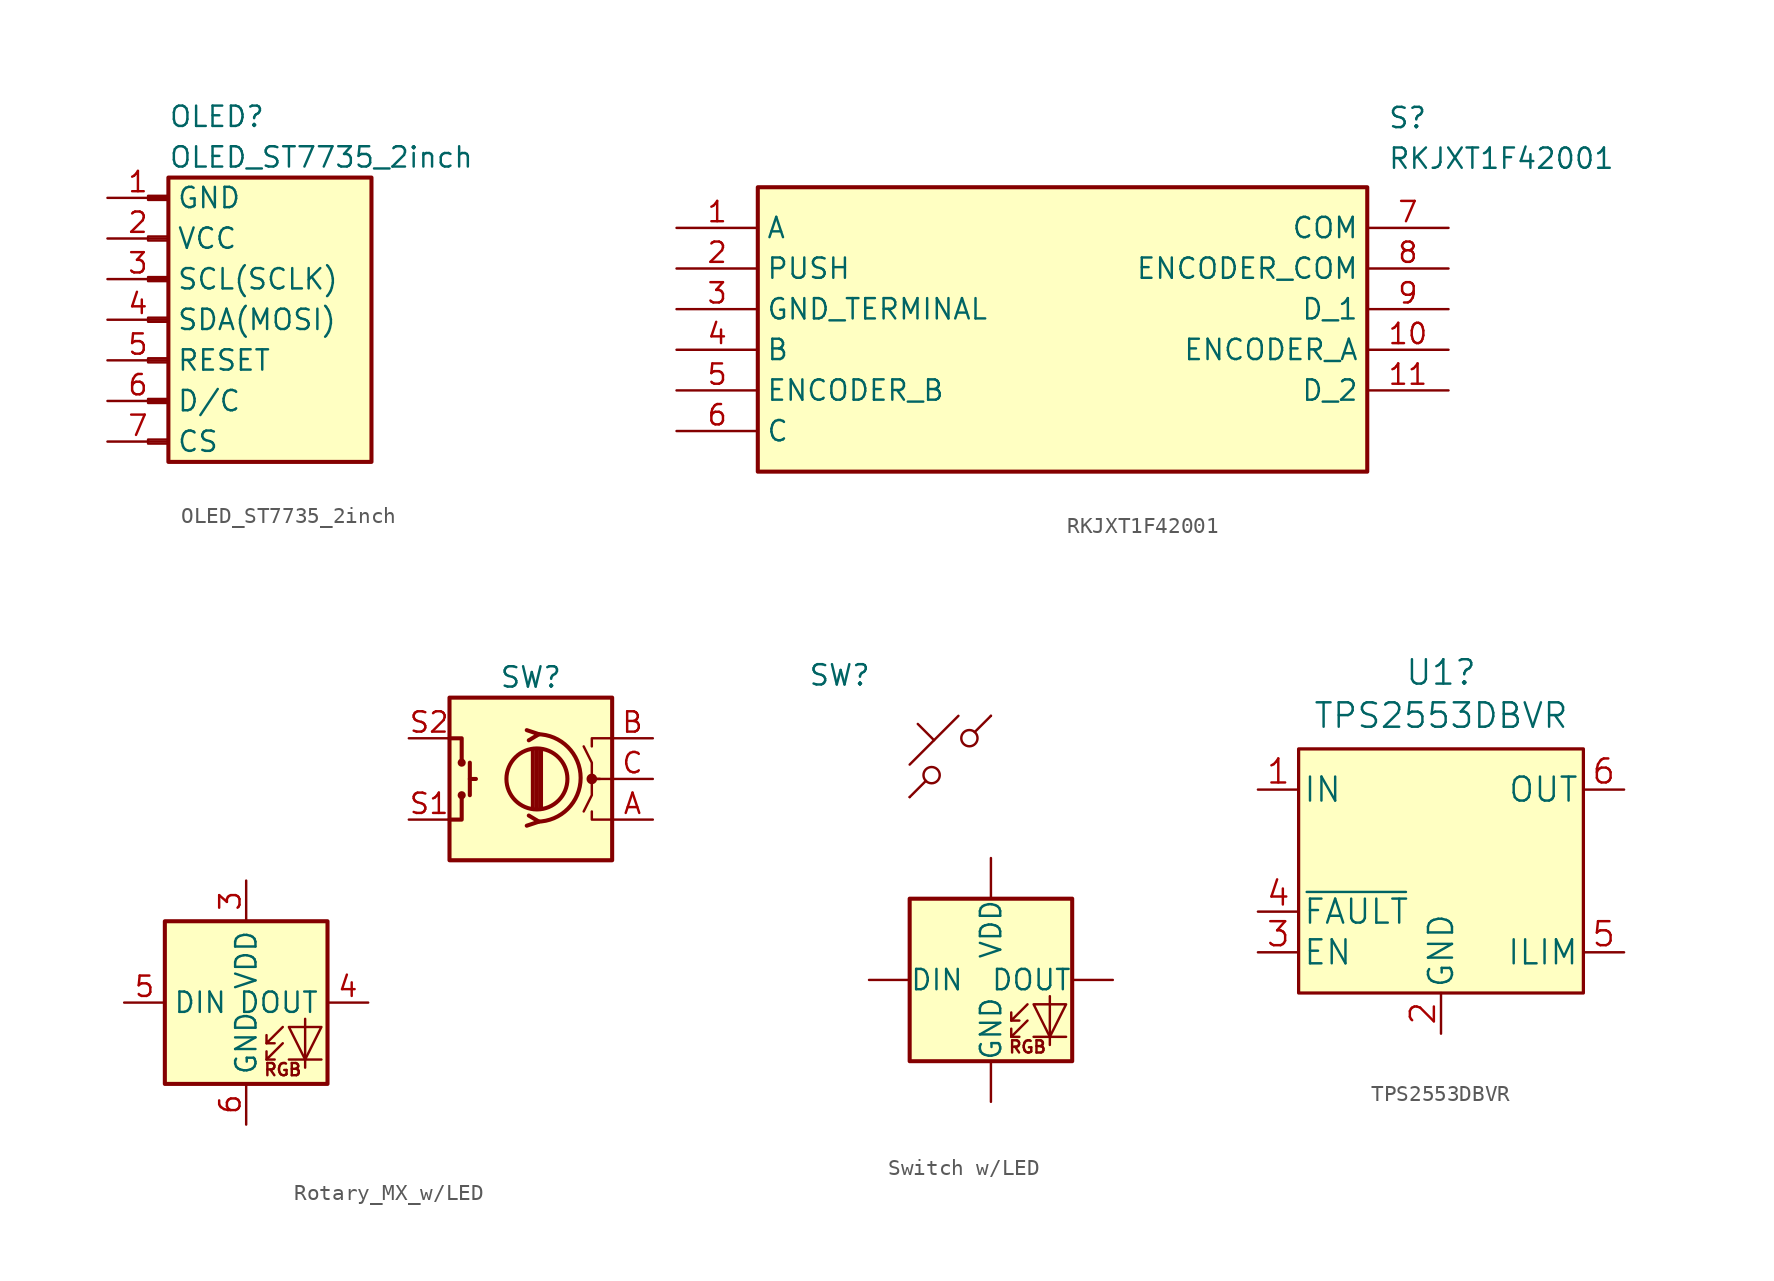
<source format=kicad_sym>
(kicad_symbol_lib
  (version 20220914)
  (generator kicad_symbol_editor)
  (symbol "OLED_ST7735_2inch"
    (property "Reference" "OLED"
      (at 0 12.7 0)
      (effects (font (size 1.27 1.27)) (justify left)))
    (property "Value" "OLED_ST7735_2inch"
      (at 0 10.16 0)
      (effects (font (size 1.27 1.27)) (justify left)))
    (symbol "OLED_ST7735_2inch_1_1"
      (rectangle (start -1.27 -7.493) (end 0 -7.747) (stroke (width 0.152) (type default)) (fill (type none)))
      (rectangle (start -1.27 -4.953) (end 0 -5.207) (stroke (width 0.152) (type default)) (fill (type none)))
      (rectangle (start -1.27 -2.413) (end 0 -2.667) (stroke (width 0.152) (type default)) (fill (type none)))
      (rectangle (start -1.27 0.127) (end 0 -0.127) (stroke (width 0.152) (type default)) (fill (type none)))
      (rectangle (start -1.27 2.667) (end 0 2.413) (stroke (width 0.152) (type default)) (fill (type none)))
      (rectangle (start -1.27 5.207) (end 0 4.953) (stroke (width 0.152) (type default)) (fill (type none)))
      (rectangle (start -1.27 7.747) (end 0 7.493) (stroke (width 0.152) (type default)) (fill (type none)))
      (rectangle (start 0 8.89) (end 12.7 -8.89) (stroke (width 0.254) (type default)) (fill (type background)))
      (pin passive line (at -3.81 7.62 0) (length 3.81) (name "GND" (effects (font (size 1.27 1.27)))) (number "1" (effects (font (size 1.27 1.27)))))
      (pin passive line (at -3.81 5.08 0) (length 3.81) (name "VCC" (effects (font (size 1.27 1.27)))) (number "2" (effects (font (size 1.27 1.27)))))
      (pin passive line (at -3.81 2.54 0) (length 3.81) (name "SCL(SCLK)" (effects (font (size 1.27 1.27)))) (number "3" (effects (font (size 1.27 1.27)))))
      (pin passive line (at -3.81 0 0) (length 3.81) (name "SDA(MOSI)" (effects (font (size 1.27 1.27)))) (number "4" (effects (font (size 1.27 1.27)))))
      (pin passive line (at -3.81 -2.54 0) (length 3.81) (name "RESET" (effects (font (size 1.27 1.27)))) (number "5" (effects (font (size 1.27 1.27)))))
      (pin passive line (at -3.81 -5.08 0) (length 3.81) (name "D/C" (effects (font (size 1.27 1.27)))) (number "6" (effects (font (size 1.27 1.27)))))
      (pin passive line (at -3.81 -7.62 0) (length 3.81) (name "CS" (effects (font (size 1.27 1.27)))) (number "7" (effects (font (size 1.27 1.27)))))))
  (symbol "RKJXT1F42001"
    (property "Reference" "S"
      (at 44.45 7.62 0)
      (effects (font (size 1.27 1.27)) (justify left top)))
    (property "Value" "RKJXT1F42001"
      (at 44.45 5.08 0)
      (effects (font (size 1.27 1.27)) (justify left top)))
    (symbol "RKJXT1F42001_1_1"
      (rectangle (start 5.08 2.54) (end 43.18 -15.24) (stroke (width 0.254) (type default)) (fill (type background)))
      (pin passive line (at 0 0 0) (length 5.08) (name "A" (effects (font (size 1.27 1.27)))) (number "1" (effects (font (size 1.27 1.27)))))
      (pin passive line (at 48.26 -7.62 180) (length 5.08) (name "ENCODER_A" (effects (font (size 1.27 1.27)))) (number "10" (effects (font (size 1.27 1.27)))))
      (pin passive line (at 48.26 -10.16 180) (length 5.08) (name "D_2" (effects (font (size 1.27 1.27)))) (number "11" (effects (font (size 1.27 1.27)))))
      (pin passive line (at 0 -2.54 0) (length 5.08) (name "PUSH" (effects (font (size 1.27 1.27)))) (number "2" (effects (font (size 1.27 1.27)))))
      (pin passive line (at 0 -5.08 0) (length 5.08) (name "GND_TERMINAL" (effects (font (size 1.27 1.27)))) (number "3" (effects (font (size 1.27 1.27)))))
      (pin passive line (at 0 -7.62 0) (length 5.08) (name "B" (effects (font (size 1.27 1.27)))) (number "4" (effects (font (size 1.27 1.27)))))
      (pin passive line (at 0 -10.16 0) (length 5.08) (name "ENCODER_B" (effects (font (size 1.27 1.27)))) (number "5" (effects (font (size 1.27 1.27)))))
      (pin passive line (at 0 -12.7 0) (length 5.08) (name "C" (effects (font (size 1.27 1.27)))) (number "6" (effects (font (size 1.27 1.27)))))
      (pin passive line (at 48.26 0 180) (length 5.08) (name "COM" (effects (font (size 1.27 1.27)))) (number "7" (effects (font (size 1.27 1.27)))))
      (pin passive line (at 48.26 -2.54 180) (length 5.08) (name "ENCODER_COM" (effects (font (size 1.27 1.27)))) (number "8" (effects (font (size 1.27 1.27)))))
      (pin passive line (at 48.26 -5.08 180) (length 5.08) (name "D_1" (effects (font (size 1.27 1.27)))) (number "9" (effects (font (size 1.27 1.27)))))))
  (symbol "Rotary_MX_w/LED"
    (property "Reference" "SW"
      (at 0 6.35 0)
      (effects (font (size 1.27 1.27))))
    (property "Value" ""
      (at 7.62 2.54 0)
      (effects (font (size 1.27 1.27))))
    (symbol "Rotary_MX_w/LED_0_0"
      (text "RGB" (at -15.494 -18.161 0) (effects (font (size 0.762 0.762)))))
    (symbol "Rotary_MX_w/LED_0_1"
      (rectangle (start -22.86 -8.89) (end -12.7 -19.05) (stroke (width 0.254) (type default)) (fill (type background)))
      (rectangle (start -5.08 -5.08) (end 5.08 5.08) (stroke (width 0.254) (type default)) (fill (type background)))
      (circle (center -4.318 -1.016) (radius 0.127) (stroke (width 0.254) (type default)) (fill (type none)))
      (circle (center -4.318 1.016) (radius 0.127) (stroke (width 0.254) (type default)) (fill (type none)))
      (polyline (pts (xy -16.51 -17.526) (xy -16.002 -17.526)) (stroke (width 0) (type default)) (fill (type none)))
      (polyline (pts (xy -16.51 -16.51) (xy -16.002 -16.51)) (stroke (width 0) (type default)) (fill (type none)))
      (polyline (pts (xy -13.081 -17.526) (xy -15.113 -17.526)) (stroke (width 0) (type default)) (fill (type none)))
      (polyline (pts (xy -3.81 -1.016) (xy -3.81 1.016)) (stroke (width 0.254) (type default)) (fill (type none)))
      (polyline (pts (xy -3.81 0) (xy -3.429 0)) (stroke (width 0.254) (type default)) (fill (type none)))
      (polyline (pts (xy 0.127 -1.778) (xy 0.127 1.778)) (stroke (width 0.254) (type default)) (fill (type none)))
      (polyline (pts (xy 0.381 1.778) (xy 0.381 -1.778)) (stroke (width 0.254) (type default)) (fill (type none)))
      (polyline (pts (xy 0.635 1.778) (xy 0.635 -1.778)) (stroke (width 0.254) (type default)) (fill (type none)))
      (polyline (pts (xy -15.494 -16.51) (xy -16.51 -17.526) (xy -16.51 -17.018)) (stroke (width 0) (type default)) (fill (type none)))
      (polyline (pts (xy -15.494 -15.494) (xy -16.51 -16.51) (xy -16.51 -16.002)) (stroke (width 0) (type default)) (fill (type none)))
      (polyline (pts (xy -14.097 -14.986) (xy -14.097 -17.526) (xy -14.097 -18.034)) (stroke (width 0) (type default)) (fill (type none)))
      (polyline (pts (xy -5.08 -2.54) (xy -4.318 -2.54) (xy -4.318 -1.016)) (stroke (width 0.254) (type default)) (fill (type none)))
      (polyline (pts (xy -5.08 2.54) (xy -4.318 2.54) (xy -4.318 1.016)) (stroke (width 0.254) (type default)) (fill (type none)))
      (polyline (pts (xy -0.254 -2.921) (xy 0.508 -2.667) (xy -0.127 -2.286)) (stroke (width 0.254) (type default)) (fill (type none)))
      (polyline (pts (xy -0.254 3.048) (xy 0.508 2.794) (xy -0.127 2.413)) (stroke (width 0.254) (type default)) (fill (type none)))
      (polyline (pts (xy 5.08 -2.54) (xy 3.81 -2.54) (xy 3.81 -2.032)) (stroke (width 0) (type default)) (fill (type none)))
      (polyline (pts (xy 5.08 2.54) (xy 3.81 2.54) (xy 3.81 2.032)) (stroke (width 0) (type default)) (fill (type none)))
      (polyline (pts (xy -13.081 -15.494) (xy -15.113 -15.494) (xy -14.097 -17.526) (xy -13.081 -15.494)) (stroke (width 0) (type default)) (fill (type none)))
      (polyline (pts (xy 4.318 0) (xy 3.81 0) (xy 3.81 -1.016) (xy 3.302 -2.032)) (stroke (width 0) (type default)) (fill (type none)))
      (polyline (pts (xy 5.08 0) (xy 3.81 0) (xy 3.81 1.016) (xy 3.302 2.032)) (stroke (width 0) (type default)) (fill (type none)))
      (arc (start 0.381 -2.667) (mid 3.0988 0.0635) (end 0.381 2.794) (stroke (width 0.254) (type default)) (fill (type none)))
      (circle (center 0.381 0) (radius 1.905) (stroke (width 0.254) (type default)) (fill (type none)))
      (circle (center 3.81 0) (radius 0.254) (stroke (width 0) (type default)) (fill (type outline))))
    (symbol "Rotary_MX_w/LED_1_1"
      (pin power_in line (at -17.78 -6.35 270) (length 2.54) (name "VDD" (effects (font (size 1.27 1.27)))) (number "3" (effects (font (size 1.27 1.27)))))
      (pin output line (at -10.16 -13.97 180) (length 2.54) (name "DOUT" (effects (font (size 1.27 1.27)))) (number "4" (effects (font (size 1.27 1.27)))))
      (pin input line (at -25.4 -13.97 0) (length 2.54) (name "DIN" (effects (font (size 1.27 1.27)))) (number "5" (effects (font (size 1.27 1.27)))))
      (pin power_in line (at -17.78 -21.59 90) (length 2.54) (name "GND" (effects (font (size 1.27 1.27)))) (number "6" (effects (font (size 1.27 1.27)))))
      (pin passive line (at 7.62 -2.54 180) (length 2.54) (name "" (effects (font (size 1.27 1.27)))) (number "A" (effects (font (size 1.27 1.27)))))
      (pin passive line (at 7.62 2.54 180) (length 2.54) (name "" (effects (font (size 1.27 1.27)))) (number "B" (effects (font (size 1.27 1.27)))))
      (pin passive line (at 7.62 0 180) (length 2.54) (name "" (effects (font (size 1.27 1.27)))) (number "C" (effects (font (size 1.27 1.27)))))
      (pin passive line (at -7.62 -2.54 0) (length 2.54) (name "" (effects (font (size 1.27 1.27)))) (number "S1" (effects (font (size 1.27 1.27)))))
      (pin passive line (at -7.62 2.54 0) (length 2.54) (name "" (effects (font (size 1.27 1.27)))) (number "S2" (effects (font (size 1.27 1.27)))))))
  (symbol "Switch w/LED"
    (pin_numbers hide)
    (pin_names
      (offset 0.002))
    (property "Reference" "SW"
      (at -11.43 2.54 0)
      (effects (font (size 1.27 1.27)) (justify left)))
    (symbol "Switch w/LED_0_0"
      (text "RGB" (at 2.286 -20.701 0) (effects (font (size 0.762 0.762)))))
    (symbol "Switch w/LED_0_1"
      (rectangle (start -5.08 -11.43) (end 5.08 -21.59) (stroke (width 0.254) (type default)) (fill (type background)))
      (circle (center -3.708 -3.708) (radius 0.508) (stroke (width 0) (type default)) (fill (type none)))
      (circle (center -1.346 -1.397) (radius 0.508) (stroke (width 0) (type default)) (fill (type none)))
      (polyline (pts (xy -5.08 -3.048) (xy -2.032 0)) (stroke (width 0) (type default)) (fill (type none)))
      (polyline (pts (xy -3.556 -1.524) (xy -4.572 -0.508)) (stroke (width 0) (type default)) (fill (type none)))
      (polyline (pts (xy 1.27 -20.066) (xy 1.778 -20.066)) (stroke (width 0) (type default)) (fill (type none)))
      (polyline (pts (xy 1.27 -19.05) (xy 1.778 -19.05)) (stroke (width 0) (type default)) (fill (type none)))
      (polyline (pts (xy 4.699 -20.066) (xy 2.667 -20.066)) (stroke (width 0) (type default)) (fill (type none)))
      (polyline (pts (xy -5.08 -5.08) (xy -4.064 -4.064) (xy -4.064 -4.064)) (stroke (width 0) (type default)) (fill (type none)))
      (polyline (pts (xy 2.286 -19.05) (xy 1.27 -20.066) (xy 1.27 -19.558)) (stroke (width 0) (type default)) (fill (type none)))
      (polyline (pts (xy 2.286 -18.034) (xy 1.27 -19.05) (xy 1.27 -18.542)) (stroke (width 0) (type default)) (fill (type none)))
      (polyline (pts (xy 3.683 -17.526) (xy 3.683 -20.066) (xy 3.683 -20.574)) (stroke (width 0) (type default)) (fill (type none)))
      (polyline (pts (xy -1.016 -1.016) (xy 0 0) (xy 0 0) (xy 0 0)) (stroke (width 0) (type default)) (fill (type none)))
      (polyline (pts (xy 4.699 -18.034) (xy 2.667 -18.034) (xy 3.683 -20.066) (xy 4.699 -18.034)) (stroke (width 0) (type default)) (fill (type none))))
    (symbol "Switch w/LED_1_1"
      (pin passive line (at -5.08 -5.08 0) (length 0) (name "" (effects (font (size 1.27 1.27)))) (number "1" (effects (font (size 1.27 1.27)))))
      (pin passive line (at 0 0 180) (length 0) (name "" (effects (font (size 1.27 1.27)))) (number "2" (effects (font (size 1.27 1.27)))))
      (pin power_in line (at 0 -8.89 270) (length 2.54) (name "VDD" (effects (font (size 1.27 1.27)))) (number "3" (effects (font (size 1.27 1.27)))))
      (pin output line (at 7.62 -16.51 180) (length 2.54) (name "DOUT" (effects (font (size 1.27 1.27)))) (number "4" (effects (font (size 1.27 1.27)))))
      (pin input line (at -7.62 -16.51 0) (length 2.54) (name "DIN" (effects (font (size 1.27 1.27)))) (number "5" (effects (font (size 1.27 1.27)))))
      (pin power_in line (at 0 -24.13 90) (length 2.54) (name "GND" (effects (font (size 1.27 1.27)))) (number "6" (effects (font (size 1.27 1.27)))))))
  (symbol "TPS2553DBVR"
    (pin_names
      (offset 0.254))
    (property "Reference" "U1"
      (at 0 12.395 0)
      (effects (font (size 1.524 1.524))))
    (property "Value" "TPS2553DBVR"
      (at 0 9.703 0)
      (effects (font (size 1.524 1.524))))
    (property "Datasheet" ""
      (at 0 0 0)
      (effects (font (size 1.524 1.524))))
    (property "ki_locked" ""
      (at 0 0 0)
      (effects (font (size 1.27 1.27))))
    (symbol "TPS2553DBVR_1_1"
      (rectangle (start -8.89 -7.62) (end 8.89 7.62) (stroke (width 0.203) (type default)) (fill (type background)))
      (pin power_in line (at -11.43 5.08 0) (length 2.54) (name "IN" (effects (font (size 1.499 1.499)))) (number "1" (effects (font (size 1.499 1.499)))))
      (pin power_in line (at 0 -10.16 90) (length 2.54) (name "GND" (effects (font (size 1.499 1.499)))) (number "2" (effects (font (size 1.499 1.499)))))
      (pin input line (at -11.43 -5.08 0) (length 2.54) (name "EN" (effects (font (size 1.499 1.499)))) (number "3" (effects (font (size 1.499 1.499)))))
      (pin open_collector line (at -11.43 -2.54 0) (length 2.54) (name "~{FAULT}" (effects (font (size 1.499 1.499)))) (number "4" (effects (font (size 1.499 1.499)))))
      (pin input line (at 11.43 -5.08 180) (length 2.54) (name "ILIM" (effects (font (size 1.499 1.499)))) (number "5" (effects (font (size 1.499 1.499)))))
      (pin power_out line (at 11.43 5.08 180) (length 2.54) (name "OUT" (effects (font (size 1.499 1.499)))) (number "6" (effects (font (size 1.499 1.499))))))))
</source>
